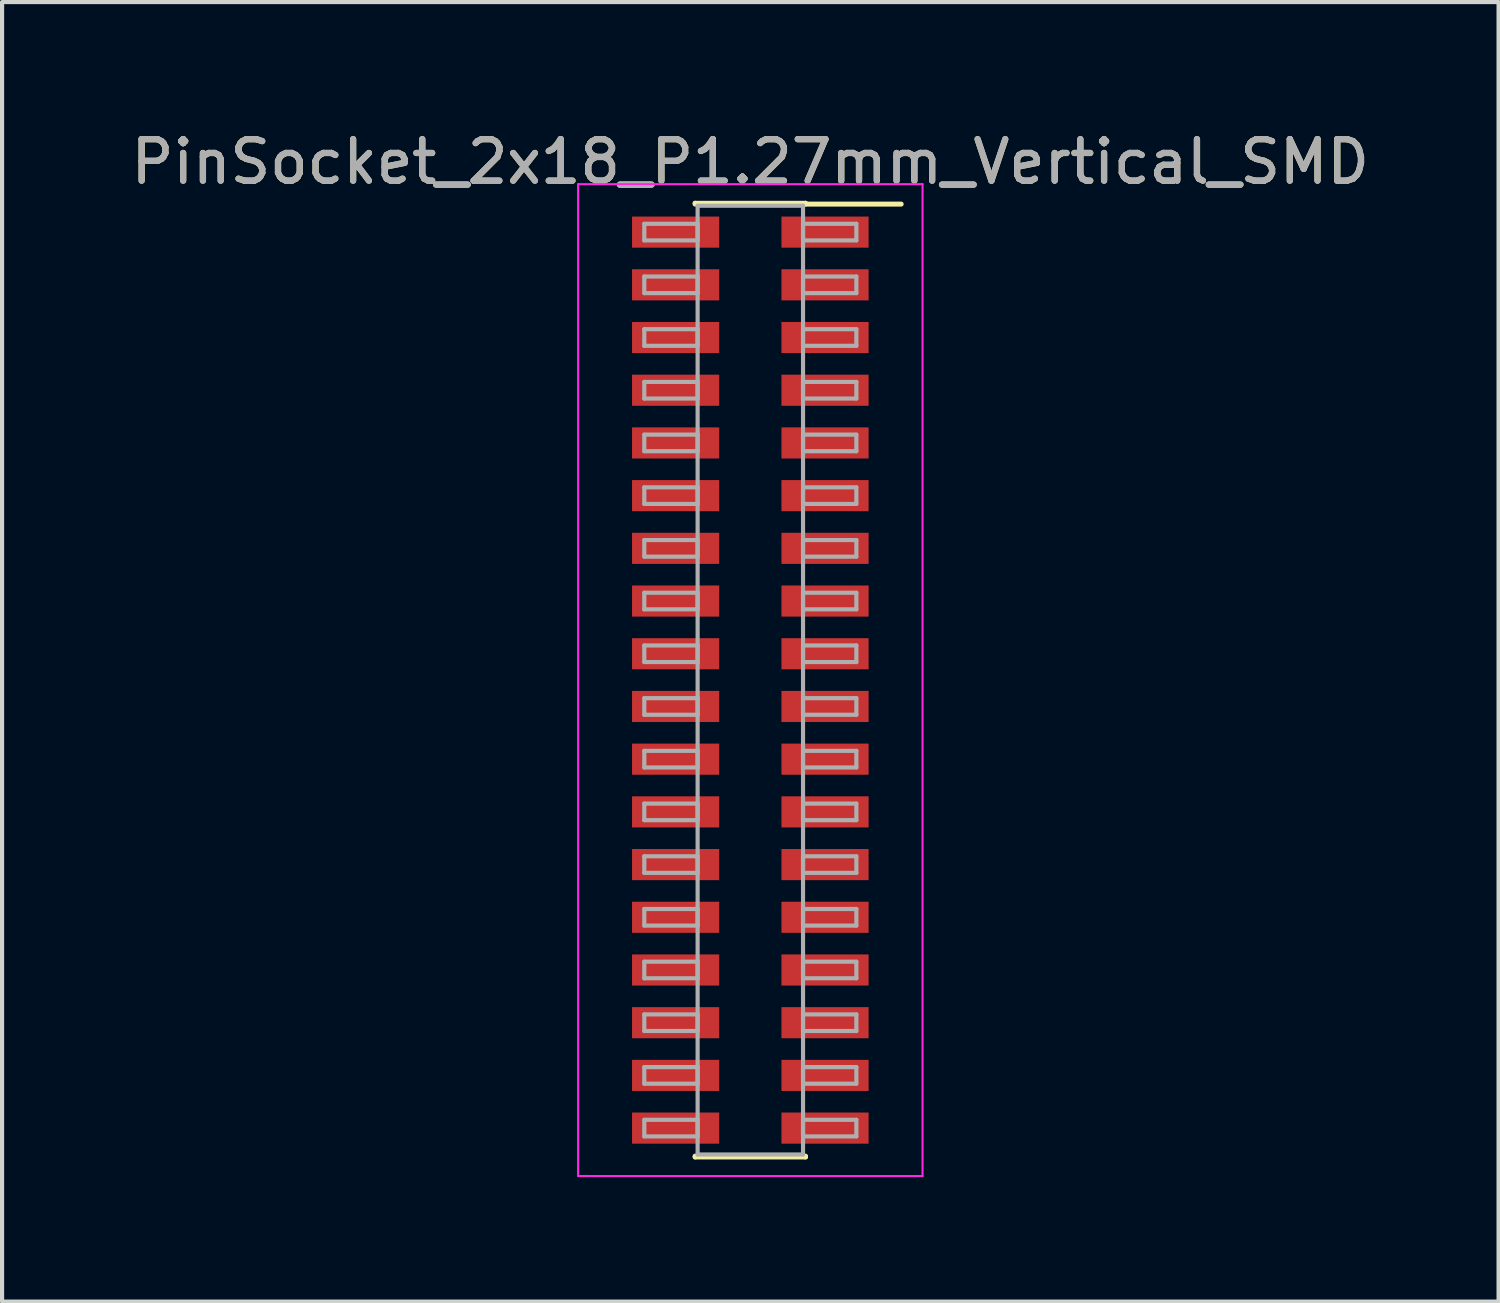
<source format=kicad_pcb>
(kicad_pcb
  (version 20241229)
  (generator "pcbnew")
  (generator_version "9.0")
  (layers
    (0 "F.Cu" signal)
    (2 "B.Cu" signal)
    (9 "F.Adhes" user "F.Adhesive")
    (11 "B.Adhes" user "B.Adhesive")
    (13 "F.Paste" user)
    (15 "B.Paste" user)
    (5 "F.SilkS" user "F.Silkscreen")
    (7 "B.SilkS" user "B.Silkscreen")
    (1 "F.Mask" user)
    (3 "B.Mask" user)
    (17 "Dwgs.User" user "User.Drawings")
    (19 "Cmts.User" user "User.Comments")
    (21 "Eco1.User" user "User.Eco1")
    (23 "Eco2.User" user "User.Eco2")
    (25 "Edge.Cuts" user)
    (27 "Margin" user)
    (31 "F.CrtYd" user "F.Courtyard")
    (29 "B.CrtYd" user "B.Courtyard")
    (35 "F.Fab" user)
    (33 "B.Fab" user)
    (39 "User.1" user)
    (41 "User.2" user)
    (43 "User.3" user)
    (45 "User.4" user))
  (footprint "PinSocket_2x18_P1.27mm_Vertical_SMD"
    (layer "F.Cu")
    (at 15.03 13.338)
    (property "Reference" "PinSocket_2x18_P1.27mm_Vertical_SMD" (at 0 -12.49 0) (layer "F.SilkS") (effects (font (size 1 1) (thickness 0.15))))
    (attr smd)
    (fp_line (start -1.33 -11.49) (end 1.33 -11.49) (stroke (width 0.12) (type solid)) (layer "F.SilkS"))
    (fp_line (start -1.33 -11.47) (end -1.33 -11.49) (stroke (width 0.12) (type solid)) (layer "F.SilkS"))
    (fp_line (start -1.33 11.47) (end -1.33 11.49) (stroke (width 0.12) (type solid)) (layer "F.SilkS"))
    (fp_line (start -1.33 11.49) (end 1.33 11.49) (stroke (width 0.12) (type solid)) (layer "F.SilkS"))
    (fp_line (start 1.33 -11.49) (end 1.33 -11.47) (stroke (width 0.12) (type solid)) (layer "F.SilkS"))
    (fp_line (start 1.33 11.49) (end 1.33 11.47) (stroke (width 0.12) (type solid)) (layer "F.SilkS"))
    (fp_line (start 3.635 -11.47) (end 1.33 -11.47) (stroke (width 0.12) (type solid)) (layer "F.SilkS"))
    (fp_line (start -4.15 -11.95) (end -4.15 11.95) (stroke (width 0.05) (type solid)) (layer "F.CrtYd"))
    (fp_line (start -4.15 11.95) (end 4.15 11.95) (stroke (width 0.05) (type solid)) (layer "F.CrtYd"))
    (fp_line (start 4.15 -11.95) (end -4.15 -11.95) (stroke (width 0.05) (type solid)) (layer "F.CrtYd"))
    (fp_line (start 4.15 11.95) (end 4.15 -11.95) (stroke (width 0.05) (type solid)) (layer "F.CrtYd"))
    (fp_line (start -2.555 -10.995) (end -1.27 -10.995) (stroke (width 0.1) (type solid)) (layer "F.Fab"))
    (fp_line (start -2.555 -10.595) (end -2.555 -10.995) (stroke (width 0.1) (type solid)) (layer "F.Fab"))
    (fp_line (start -2.555 -9.725) (end -1.27 -9.725) (stroke (width 0.1) (type solid)) (layer "F.Fab"))
    (fp_line (start -2.555 -9.325) (end -2.555 -9.725) (stroke (width 0.1) (type solid)) (layer "F.Fab"))
    (fp_line (start -2.555 -8.455) (end -1.27 -8.455) (stroke (width 0.1) (type solid)) (layer "F.Fab"))
    (fp_line (start -2.555 -8.055) (end -2.555 -8.455) (stroke (width 0.1) (type solid)) (layer "F.Fab"))
    (fp_line (start -2.555 -7.185) (end -1.27 -7.185) (stroke (width 0.1) (type solid)) (layer "F.Fab"))
    (fp_line (start -2.555 -6.785) (end -2.555 -7.185) (stroke (width 0.1) (type solid)) (layer "F.Fab"))
    (fp_line (start -2.555 -5.915) (end -1.27 -5.915) (stroke (width 0.1) (type solid)) (layer "F.Fab"))
    (fp_line (start -2.555 -5.515) (end -2.555 -5.915) (stroke (width 0.1) (type solid)) (layer "F.Fab"))
    (fp_line (start -2.555 -4.645) (end -1.27 -4.645) (stroke (width 0.1) (type solid)) (layer "F.Fab"))
    (fp_line (start -2.555 -4.245) (end -2.555 -4.645) (stroke (width 0.1) (type solid)) (layer "F.Fab"))
    (fp_line (start -2.555 -3.375) (end -1.27 -3.375) (stroke (width 0.1) (type solid)) (layer "F.Fab"))
    (fp_line (start -2.555 -2.975) (end -2.555 -3.375) (stroke (width 0.1) (type solid)) (layer "F.Fab"))
    (fp_line (start -2.555 -2.105) (end -1.27 -2.105) (stroke (width 0.1) (type solid)) (layer "F.Fab"))
    (fp_line (start -2.555 -1.705) (end -2.555 -2.105) (stroke (width 0.1) (type solid)) (layer "F.Fab"))
    (fp_line (start -2.555 -0.835) (end -1.27 -0.835) (stroke (width 0.1) (type solid)) (layer "F.Fab"))
    (fp_line (start -2.555 -0.435) (end -2.555 -0.835) (stroke (width 0.1) (type solid)) (layer "F.Fab"))
    (fp_line (start -2.555 0.435) (end -1.27 0.435) (stroke (width 0.1) (type solid)) (layer "F.Fab"))
    (fp_line (start -2.555 0.835) (end -2.555 0.435) (stroke (width 0.1) (type solid)) (layer "F.Fab"))
    (fp_line (start -2.555 1.705) (end -1.27 1.705) (stroke (width 0.1) (type solid)) (layer "F.Fab"))
    (fp_line (start -2.555 2.105) (end -2.555 1.705) (stroke (width 0.1) (type solid)) (layer "F.Fab"))
    (fp_line (start -2.555 2.975) (end -1.27 2.975) (stroke (width 0.1) (type solid)) (layer "F.Fab"))
    (fp_line (start -2.555 3.375) (end -2.555 2.975) (stroke (width 0.1) (type solid)) (layer "F.Fab"))
    (fp_line (start -2.555 4.245) (end -1.27 4.245) (stroke (width 0.1) (type solid)) (layer "F.Fab"))
    (fp_line (start -2.555 4.645) (end -2.555 4.245) (stroke (width 0.1) (type solid)) (layer "F.Fab"))
    (fp_line (start -2.555 5.515) (end -1.27 5.515) (stroke (width 0.1) (type solid)) (layer "F.Fab"))
    (fp_line (start -2.555 5.915) (end -2.555 5.515) (stroke (width 0.1) (type solid)) (layer "F.Fab"))
    (fp_line (start -2.555 6.785) (end -1.27 6.785) (stroke (width 0.1) (type solid)) (layer "F.Fab"))
    (fp_line (start -2.555 7.185) (end -2.555 6.785) (stroke (width 0.1) (type solid)) (layer "F.Fab"))
    (fp_line (start -2.555 8.055) (end -1.27 8.055) (stroke (width 0.1) (type solid)) (layer "F.Fab"))
    (fp_line (start -2.555 8.455) (end -2.555 8.055) (stroke (width 0.1) (type solid)) (layer "F.Fab"))
    (fp_line (start -2.555 9.325) (end -1.27 9.325) (stroke (width 0.1) (type solid)) (layer "F.Fab"))
    (fp_line (start -2.555 9.725) (end -2.555 9.325) (stroke (width 0.1) (type solid)) (layer "F.Fab"))
    (fp_line (start -2.555 10.595) (end -1.27 10.595) (stroke (width 0.1) (type solid)) (layer "F.Fab"))
    (fp_line (start -2.555 10.995) (end -2.555 10.595) (stroke (width 0.1) (type solid)) (layer "F.Fab"))
    (fp_line (start -1.27 -11.43) (end -1.27 11.43) (stroke (width 0.1) (type solid)) (layer "F.Fab"))
    (fp_line (start -1.27 -10.995) (end -1.27 -10.595) (stroke (width 0.1) (type solid)) (layer "F.Fab"))
    (fp_line (start -1.27 -10.595) (end -2.555 -10.595) (stroke (width 0.1) (type solid)) (layer "F.Fab"))
    (fp_line (start -1.27 -9.725) (end -1.27 -9.325) (stroke (width 0.1) (type solid)) (layer "F.Fab"))
    (fp_line (start -1.27 -9.325) (end -2.555 -9.325) (stroke (width 0.1) (type solid)) (layer "F.Fab"))
    (fp_line (start -1.27 -8.455) (end -1.27 -8.055) (stroke (width 0.1) (type solid)) (layer "F.Fab"))
    (fp_line (start -1.27 -8.055) (end -2.555 -8.055) (stroke (width 0.1) (type solid)) (layer "F.Fab"))
    (fp_line (start -1.27 -7.185) (end -1.27 -6.785) (stroke (width 0.1) (type solid)) (layer "F.Fab"))
    (fp_line (start -1.27 -6.785) (end -2.555 -6.785) (stroke (width 0.1) (type solid)) (layer "F.Fab"))
    (fp_line (start -1.27 -5.915) (end -1.27 -5.515) (stroke (width 0.1) (type solid)) (layer "F.Fab"))
    (fp_line (start -1.27 -5.515) (end -2.555 -5.515) (stroke (width 0.1) (type solid)) (layer "F.Fab"))
    (fp_line (start -1.27 -4.645) (end -1.27 -4.245) (stroke (width 0.1) (type solid)) (layer "F.Fab"))
    (fp_line (start -1.27 -4.245) (end -2.555 -4.245) (stroke (width 0.1) (type solid)) (layer "F.Fab"))
    (fp_line (start -1.27 -3.375) (end -1.27 -2.975) (stroke (width 0.1) (type solid)) (layer "F.Fab"))
    (fp_line (start -1.27 -2.975) (end -2.555 -2.975) (stroke (width 0.1) (type solid)) (layer "F.Fab"))
    (fp_line (start -1.27 -2.105) (end -1.27 -1.705) (stroke (width 0.1) (type solid)) (layer "F.Fab"))
    (fp_line (start -1.27 -1.705) (end -2.555 -1.705) (stroke (width 0.1) (type solid)) (layer "F.Fab"))
    (fp_line (start -1.27 -0.835) (end -1.27 -0.435) (stroke (width 0.1) (type solid)) (layer "F.Fab"))
    (fp_line (start -1.27 -0.435) (end -2.555 -0.435) (stroke (width 0.1) (type solid)) (layer "F.Fab"))
    (fp_line (start -1.27 0.435) (end -1.27 0.835) (stroke (width 0.1) (type solid)) (layer "F.Fab"))
    (fp_line (start -1.27 0.835) (end -2.555 0.835) (stroke (width 0.1) (type solid)) (layer "F.Fab"))
    (fp_line (start -1.27 1.705) (end -1.27 2.105) (stroke (width 0.1) (type solid)) (layer "F.Fab"))
    (fp_line (start -1.27 2.105) (end -2.555 2.105) (stroke (width 0.1) (type solid)) (layer "F.Fab"))
    (fp_line (start -1.27 2.975) (end -1.27 3.375) (stroke (width 0.1) (type solid)) (layer "F.Fab"))
    (fp_line (start -1.27 3.375) (end -2.555 3.375) (stroke (width 0.1) (type solid)) (layer "F.Fab"))
    (fp_line (start -1.27 4.245) (end -1.27 4.645) (stroke (width 0.1) (type solid)) (layer "F.Fab"))
    (fp_line (start -1.27 4.645) (end -2.555 4.645) (stroke (width 0.1) (type solid)) (layer "F.Fab"))
    (fp_line (start -1.27 5.515) (end -1.27 5.915) (stroke (width 0.1) (type solid)) (layer "F.Fab"))
    (fp_line (start -1.27 5.915) (end -2.555 5.915) (stroke (width 0.1) (type solid)) (layer "F.Fab"))
    (fp_line (start -1.27 6.785) (end -1.27 7.185) (stroke (width 0.1) (type solid)) (layer "F.Fab"))
    (fp_line (start -1.27 7.185) (end -2.555 7.185) (stroke (width 0.1) (type solid)) (layer "F.Fab"))
    (fp_line (start -1.27 8.055) (end -1.27 8.455) (stroke (width 0.1) (type solid)) (layer "F.Fab"))
    (fp_line (start -1.27 8.455) (end -2.555 8.455) (stroke (width 0.1) (type solid)) (layer "F.Fab"))
    (fp_line (start -1.27 9.325) (end -1.27 9.725) (stroke (width 0.1) (type solid)) (layer "F.Fab"))
    (fp_line (start -1.27 9.725) (end -2.555 9.725) (stroke (width 0.1) (type solid)) (layer "F.Fab"))
    (fp_line (start -1.27 10.595) (end -1.27 10.995) (stroke (width 0.1) (type solid)) (layer "F.Fab"))
    (fp_line (start -1.27 10.995) (end -2.555 10.995) (stroke (width 0.1) (type solid)) (layer "F.Fab"))
    (fp_line (start -1.27 11.43) (end 1.27 11.43) (stroke (width 0.1) (type solid)) (layer "F.Fab"))
    (fp_line (start 1.27 -11.43) (end -1.27 -11.43) (stroke (width 0.1) (type solid)) (layer "F.Fab"))
    (fp_line (start 1.27 -10.995) (end 1.27 -10.595) (stroke (width 0.1) (type solid)) (layer "F.Fab"))
    (fp_line (start 1.27 -10.595) (end 2.555 -10.595) (stroke (width 0.1) (type solid)) (layer "F.Fab"))
    (fp_line (start 1.27 -9.725) (end 1.27 -9.325) (stroke (width 0.1) (type solid)) (layer "F.Fab"))
    (fp_line (start 1.27 -9.325) (end 2.555 -9.325) (stroke (width 0.1) (type solid)) (layer "F.Fab"))
    (fp_line (start 1.27 -8.455) (end 1.27 -8.055) (stroke (width 0.1) (type solid)) (layer "F.Fab"))
    (fp_line (start 1.27 -8.055) (end 2.555 -8.055) (stroke (width 0.1) (type solid)) (layer "F.Fab"))
    (fp_line (start 1.27 -7.185) (end 1.27 -6.785) (stroke (width 0.1) (type solid)) (layer "F.Fab"))
    (fp_line (start 1.27 -6.785) (end 2.555 -6.785) (stroke (width 0.1) (type solid)) (layer "F.Fab"))
    (fp_line (start 1.27 -5.915) (end 1.27 -5.515) (stroke (width 0.1) (type solid)) (layer "F.Fab"))
    (fp_line (start 1.27 -5.515) (end 2.555 -5.515) (stroke (width 0.1) (type solid)) (layer "F.Fab"))
    (fp_line (start 1.27 -4.645) (end 1.27 -4.245) (stroke (width 0.1) (type solid)) (layer "F.Fab"))
    (fp_line (start 1.27 -4.245) (end 2.555 -4.245) (stroke (width 0.1) (type solid)) (layer "F.Fab"))
    (fp_line (start 1.27 -3.375) (end 1.27 -2.975) (stroke (width 0.1) (type solid)) (layer "F.Fab"))
    (fp_line (start 1.27 -2.975) (end 2.555 -2.975) (stroke (width 0.1) (type solid)) (layer "F.Fab"))
    (fp_line (start 1.27 -2.105) (end 1.27 -1.705) (stroke (width 0.1) (type solid)) (layer "F.Fab"))
    (fp_line (start 1.27 -1.705) (end 2.555 -1.705) (stroke (width 0.1) (type solid)) (layer "F.Fab"))
    (fp_line (start 1.27 -0.835) (end 1.27 -0.435) (stroke (width 0.1) (type solid)) (layer "F.Fab"))
    (fp_line (start 1.27 -0.435) (end 2.555 -0.435) (stroke (width 0.1) (type solid)) (layer "F.Fab"))
    (fp_line (start 1.27 0.435) (end 1.27 0.835) (stroke (width 0.1) (type solid)) (layer "F.Fab"))
    (fp_line (start 1.27 0.835) (end 2.555 0.835) (stroke (width 0.1) (type solid)) (layer "F.Fab"))
    (fp_line (start 1.27 1.705) (end 1.27 2.105) (stroke (width 0.1) (type solid)) (layer "F.Fab"))
    (fp_line (start 1.27 2.105) (end 2.555 2.105) (stroke (width 0.1) (type solid)) (layer "F.Fab"))
    (fp_line (start 1.27 2.975) (end 1.27 3.375) (stroke (width 0.1) (type solid)) (layer "F.Fab"))
    (fp_line (start 1.27 3.375) (end 2.555 3.375) (stroke (width 0.1) (type solid)) (layer "F.Fab"))
    (fp_line (start 1.27 4.245) (end 1.27 4.645) (stroke (width 0.1) (type solid)) (layer "F.Fab"))
    (fp_line (start 1.27 4.645) (end 2.555 4.645) (stroke (width 0.1) (type solid)) (layer "F.Fab"))
    (fp_line (start 1.27 5.515) (end 1.27 5.915) (stroke (width 0.1) (type solid)) (layer "F.Fab"))
    (fp_line (start 1.27 5.915) (end 2.555 5.915) (stroke (width 0.1) (type solid)) (layer "F.Fab"))
    (fp_line (start 1.27 6.785) (end 1.27 7.185) (stroke (width 0.1) (type solid)) (layer "F.Fab"))
    (fp_line (start 1.27 7.185) (end 2.555 7.185) (stroke (width 0.1) (type solid)) (layer "F.Fab"))
    (fp_line (start 1.27 8.055) (end 1.27 8.455) (stroke (width 0.1) (type solid)) (layer "F.Fab"))
    (fp_line (start 1.27 8.455) (end 2.555 8.455) (stroke (width 0.1) (type solid)) (layer "F.Fab"))
    (fp_line (start 1.27 9.325) (end 1.27 9.725) (stroke (width 0.1) (type solid)) (layer "F.Fab"))
    (fp_line (start 1.27 9.725) (end 2.555 9.725) (stroke (width 0.1) (type solid)) (layer "F.Fab"))
    (fp_line (start 1.27 10.595) (end 1.27 10.995) (stroke (width 0.1) (type solid)) (layer "F.Fab"))
    (fp_line (start 1.27 10.995) (end 2.555 10.995) (stroke (width 0.1) (type solid)) (layer "F.Fab"))
    (fp_line (start 1.27 11.43) (end 1.27 -11.43) (stroke (width 0.1) (type solid)) (layer "F.Fab"))
    (fp_line (start 2.555 -10.995) (end 1.27 -10.995) (stroke (width 0.1) (type solid)) (layer "F.Fab"))
    (fp_line (start 2.555 -10.595) (end 2.555 -10.995) (stroke (width 0.1) (type solid)) (layer "F.Fab"))
    (fp_line (start 2.555 -9.725) (end 1.27 -9.725) (stroke (width 0.1) (type solid)) (layer "F.Fab"))
    (fp_line (start 2.555 -9.325) (end 2.555 -9.725) (stroke (width 0.1) (type solid)) (layer "F.Fab"))
    (fp_line (start 2.555 -8.455) (end 1.27 -8.455) (stroke (width 0.1) (type solid)) (layer "F.Fab"))
    (fp_line (start 2.555 -8.055) (end 2.555 -8.455) (stroke (width 0.1) (type solid)) (layer "F.Fab"))
    (fp_line (start 2.555 -7.185) (end 1.27 -7.185) (stroke (width 0.1) (type solid)) (layer "F.Fab"))
    (fp_line (start 2.555 -6.785) (end 2.555 -7.185) (stroke (width 0.1) (type solid)) (layer "F.Fab"))
    (fp_line (start 2.555 -5.915) (end 1.27 -5.915) (stroke (width 0.1) (type solid)) (layer "F.Fab"))
    (fp_line (start 2.555 -5.515) (end 2.555 -5.915) (stroke (width 0.1) (type solid)) (layer "F.Fab"))
    (fp_line (start 2.555 -4.645) (end 1.27 -4.645) (stroke (width 0.1) (type solid)) (layer "F.Fab"))
    (fp_line (start 2.555 -4.245) (end 2.555 -4.645) (stroke (width 0.1) (type solid)) (layer "F.Fab"))
    (fp_line (start 2.555 -3.375) (end 1.27 -3.375) (stroke (width 0.1) (type solid)) (layer "F.Fab"))
    (fp_line (start 2.555 -2.975) (end 2.555 -3.375) (stroke (width 0.1) (type solid)) (layer "F.Fab"))
    (fp_line (start 2.555 -2.105) (end 1.27 -2.105) (stroke (width 0.1) (type solid)) (layer "F.Fab"))
    (fp_line (start 2.555 -1.705) (end 2.555 -2.105) (stroke (width 0.1) (type solid)) (layer "F.Fab"))
    (fp_line (start 2.555 -0.835) (end 1.27 -0.835) (stroke (width 0.1) (type solid)) (layer "F.Fab"))
    (fp_line (start 2.555 -0.435) (end 2.555 -0.835) (stroke (width 0.1) (type solid)) (layer "F.Fab"))
    (fp_line (start 2.555 0.435) (end 1.27 0.435) (stroke (width 0.1) (type solid)) (layer "F.Fab"))
    (fp_line (start 2.555 0.835) (end 2.555 0.435) (stroke (width 0.1) (type solid)) (layer "F.Fab"))
    (fp_line (start 2.555 1.705) (end 1.27 1.705) (stroke (width 0.1) (type solid)) (layer "F.Fab"))
    (fp_line (start 2.555 2.105) (end 2.555 1.705) (stroke (width 0.1) (type solid)) (layer "F.Fab"))
    (fp_line (start 2.555 2.975) (end 1.27 2.975) (stroke (width 0.1) (type solid)) (layer "F.Fab"))
    (fp_line (start 2.555 3.375) (end 2.555 2.975) (stroke (width 0.1) (type solid)) (layer "F.Fab"))
    (fp_line (start 2.555 4.245) (end 1.27 4.245) (stroke (width 0.1) (type solid)) (layer "F.Fab"))
    (fp_line (start 2.555 4.645) (end 2.555 4.245) (stroke (width 0.1) (type solid)) (layer "F.Fab"))
    (fp_line (start 2.555 5.515) (end 1.27 5.515) (stroke (width 0.1) (type solid)) (layer "F.Fab"))
    (fp_line (start 2.555 5.915) (end 2.555 5.515) (stroke (width 0.1) (type solid)) (layer "F.Fab"))
    (fp_line (start 2.555 6.785) (end 1.27 6.785) (stroke (width 0.1) (type solid)) (layer "F.Fab"))
    (fp_line (start 2.555 7.185) (end 2.555 6.785) (stroke (width 0.1) (type solid)) (layer "F.Fab"))
    (fp_line (start 2.555 8.055) (end 1.27 8.055) (stroke (width 0.1) (type solid)) (layer "F.Fab"))
    (fp_line (start 2.555 8.455) (end 2.555 8.055) (stroke (width 0.1) (type solid)) (layer "F.Fab"))
    (fp_line (start 2.555 9.325) (end 1.27 9.325) (stroke (width 0.1) (type solid)) (layer "F.Fab"))
    (fp_line (start 2.555 9.725) (end 2.555 9.325) (stroke (width 0.1) (type solid)) (layer "F.Fab"))
    (fp_line (start 2.555 10.595) (end 1.27 10.595) (stroke (width 0.1) (type solid)) (layer "F.Fab"))
    (fp_line (start 2.555 10.995) (end 2.555 10.595) (stroke (width 0.1) (type solid)) (layer "F.Fab"))
    (fp_text user "${REFERENCE}" (at 0 -12.49 0) (layer "F.Fab") (effects (font (size 1 1) (thickness 0.15))))
    (pad "1" smd rect (at 1.8 -10.795) (size 2.1 0.75) (layers "F.Cu" "F.Mask" "F.Paste"))
    (pad "2" smd rect (at -1.8 -10.795) (size 2.1 0.75) (layers "F.Cu" "F.Mask" "F.Paste"))
    (pad "3" smd rect (at 1.8 -9.525) (size 2.1 0.75) (layers "F.Cu" "F.Mask" "F.Paste"))
    (pad "4" smd rect (at -1.8 -9.525) (size 2.1 0.75) (layers "F.Cu" "F.Mask" "F.Paste"))
    (pad "5" smd rect (at 1.8 -8.255) (size 2.1 0.75) (layers "F.Cu" "F.Mask" "F.Paste"))
    (pad "6" smd rect (at -1.8 -8.255) (size 2.1 0.75) (layers "F.Cu" "F.Mask" "F.Paste"))
    (pad "7" smd rect (at 1.8 -6.985) (size 2.1 0.75) (layers "F.Cu" "F.Mask" "F.Paste"))
    (pad "8" smd rect (at -1.8 -6.985) (size 2.1 0.75) (layers "F.Cu" "F.Mask" "F.Paste"))
    (pad "9" smd rect (at 1.8 -5.715) (size 2.1 0.75) (layers "F.Cu" "F.Mask" "F.Paste"))
    (pad "10" smd rect (at -1.8 -5.715) (size 2.1 0.75) (layers "F.Cu" "F.Mask" "F.Paste"))
    (pad "11" smd rect (at 1.8 -4.445) (size 2.1 0.75) (layers "F.Cu" "F.Mask" "F.Paste"))
    (pad "12" smd rect (at -1.8 -4.445) (size 2.1 0.75) (layers "F.Cu" "F.Mask" "F.Paste"))
    (pad "13" smd rect (at 1.8 -3.175) (size 2.1 0.75) (layers "F.Cu" "F.Mask" "F.Paste"))
    (pad "14" smd rect (at -1.8 -3.175) (size 2.1 0.75) (layers "F.Cu" "F.Mask" "F.Paste"))
    (pad "15" smd rect (at 1.8 -1.905) (size 2.1 0.75) (layers "F.Cu" "F.Mask" "F.Paste"))
    (pad "16" smd rect (at -1.8 -1.905) (size 2.1 0.75) (layers "F.Cu" "F.Mask" "F.Paste"))
    (pad "17" smd rect (at 1.8 -0.635) (size 2.1 0.75) (layers "F.Cu" "F.Mask" "F.Paste"))
    (pad "18" smd rect (at -1.8 -0.635) (size 2.1 0.75) (layers "F.Cu" "F.Mask" "F.Paste"))
    (pad "19" smd rect (at 1.8 0.635) (size 2.1 0.75) (layers "F.Cu" "F.Mask" "F.Paste"))
    (pad "20" smd rect (at -1.8 0.635) (size 2.1 0.75) (layers "F.Cu" "F.Mask" "F.Paste"))
    (pad "21" smd rect (at 1.8 1.905) (size 2.1 0.75) (layers "F.Cu" "F.Mask" "F.Paste"))
    (pad "22" smd rect (at -1.8 1.905) (size 2.1 0.75) (layers "F.Cu" "F.Mask" "F.Paste"))
    (pad "23" smd rect (at 1.8 3.175) (size 2.1 0.75) (layers "F.Cu" "F.Mask" "F.Paste"))
    (pad "24" smd rect (at -1.8 3.175) (size 2.1 0.75) (layers "F.Cu" "F.Mask" "F.Paste"))
    (pad "25" smd rect (at 1.8 4.445) (size 2.1 0.75) (layers "F.Cu" "F.Mask" "F.Paste"))
    (pad "26" smd rect (at -1.8 4.445) (size 2.1 0.75) (layers "F.Cu" "F.Mask" "F.Paste"))
    (pad "27" smd rect (at 1.8 5.715) (size 2.1 0.75) (layers "F.Cu" "F.Mask" "F.Paste"))
    (pad "28" smd rect (at -1.8 5.715) (size 2.1 0.75) (layers "F.Cu" "F.Mask" "F.Paste"))
    (pad "29" smd rect (at 1.8 6.985) (size 2.1 0.75) (layers "F.Cu" "F.Mask" "F.Paste"))
    (pad "30" smd rect (at -1.8 6.985) (size 2.1 0.75) (layers "F.Cu" "F.Mask" "F.Paste"))
    (pad "31" smd rect (at 1.8 8.255) (size 2.1 0.75) (layers "F.Cu" "F.Mask" "F.Paste"))
    (pad "32" smd rect (at -1.8 8.255) (size 2.1 0.75) (layers "F.Cu" "F.Mask" "F.Paste"))
    (pad "33" smd rect (at 1.8 9.525) (size 2.1 0.75) (layers "F.Cu" "F.Mask" "F.Paste"))
    (pad "34" smd rect (at -1.8 9.525) (size 2.1 0.75) (layers "F.Cu" "F.Mask" "F.Paste"))
    (pad "35" smd rect (at 1.8 10.795) (size 2.1 0.75) (layers "F.Cu" "F.Mask" "F.Paste"))
    (pad "36" smd rect (at -1.8 10.795) (size 2.1 0.75) (layers "F.Cu" "F.Mask" "F.Paste")))
  (gr_rect
    (start -3 -3)
    (end 33.06 28.313)
    (stroke (width 0.1) (type default))
    (fill no)
    (layer "Edge.Cuts")))
</source>
